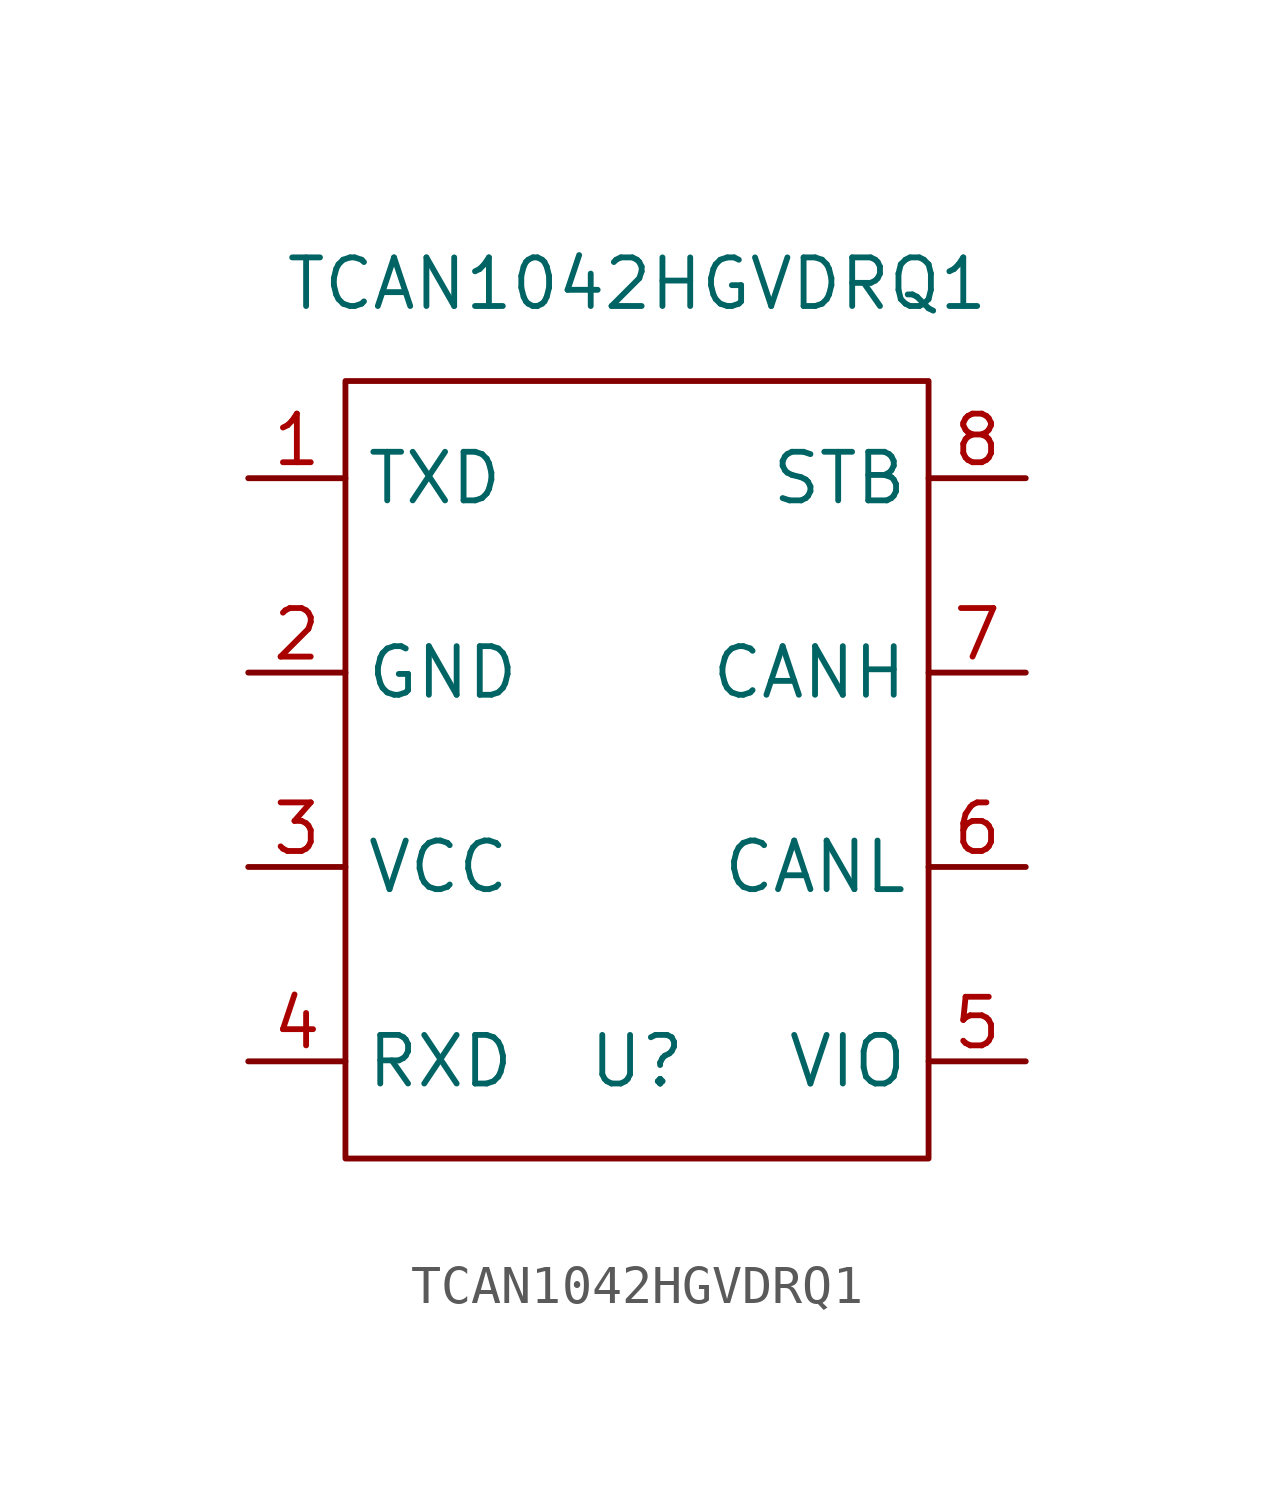
<source format=kicad_sym>
(kicad_symbol_lib
  (version 20211014)
  (generator kicad_symbol_editor)
  (symbol "TCAN1042HGVDRQ1"
    (property "Reference" "U"
      (at 0 -7.62 0)
      (effects (font (size 1.27 1.27))))
    (property "Value" "TCAN1042HGVDRQ1"
      (at 0 12.7 0)
      (effects (font (size 1.27 1.27))))
    (symbol "TCAN1042HGVDRQ1_0_0"
      (pin input line (at -10.16 7.62 0) (length 2.54) (name "TXD" (effects (font (size 1.27 1.27)))) (number "1" (effects (font (size 1.27 1.27)))))
      (pin power_in line (at -10.16 2.54 0) (length 2.54) (name "GND" (effects (font (size 1.27 1.27)))) (number "2" (effects (font (size 1.27 1.27)))))
      (pin power_in line (at -10.16 -2.54 0) (length 2.54) (name "VCC" (effects (font (size 1.27 1.27)))) (number "3" (effects (font (size 1.27 1.27)))))
      (pin output line (at -10.16 -7.62 0) (length 2.54) (name "RXD" (effects (font (size 1.27 1.27)))) (number "4" (effects (font (size 1.27 1.27)))))
      (pin power_in line (at 10.16 -7.62 180) (length 2.54) (name "VIO" (effects (font (size 1.27 1.27)))) (number "5" (effects (font (size 1.27 1.27)))))
      (pin bidirectional line (at 10.16 -2.54 180) (length 2.54) (name "CANL" (effects (font (size 1.27 1.27)))) (number "6" (effects (font (size 1.27 1.27)))))
      (pin bidirectional line (at 10.16 2.54 180) (length 2.54) (name "CANH" (effects (font (size 1.27 1.27)))) (number "7" (effects (font (size 1.27 1.27)))))
      (pin unspecified line (at 10.16 7.62 180) (length 2.54) (name "STB" (effects (font (size 1.27 1.27)))) (number "8" (effects (font (size 1.27 1.27))))))
    (symbol "TCAN1042HGVDRQ1_0_1"
      (rectangle (start -7.62 10.16) (end 7.62 -10.16) (stroke (width 0.152) (type default) (color 0 0 0 0)) (fill (type none))))))
</source>
